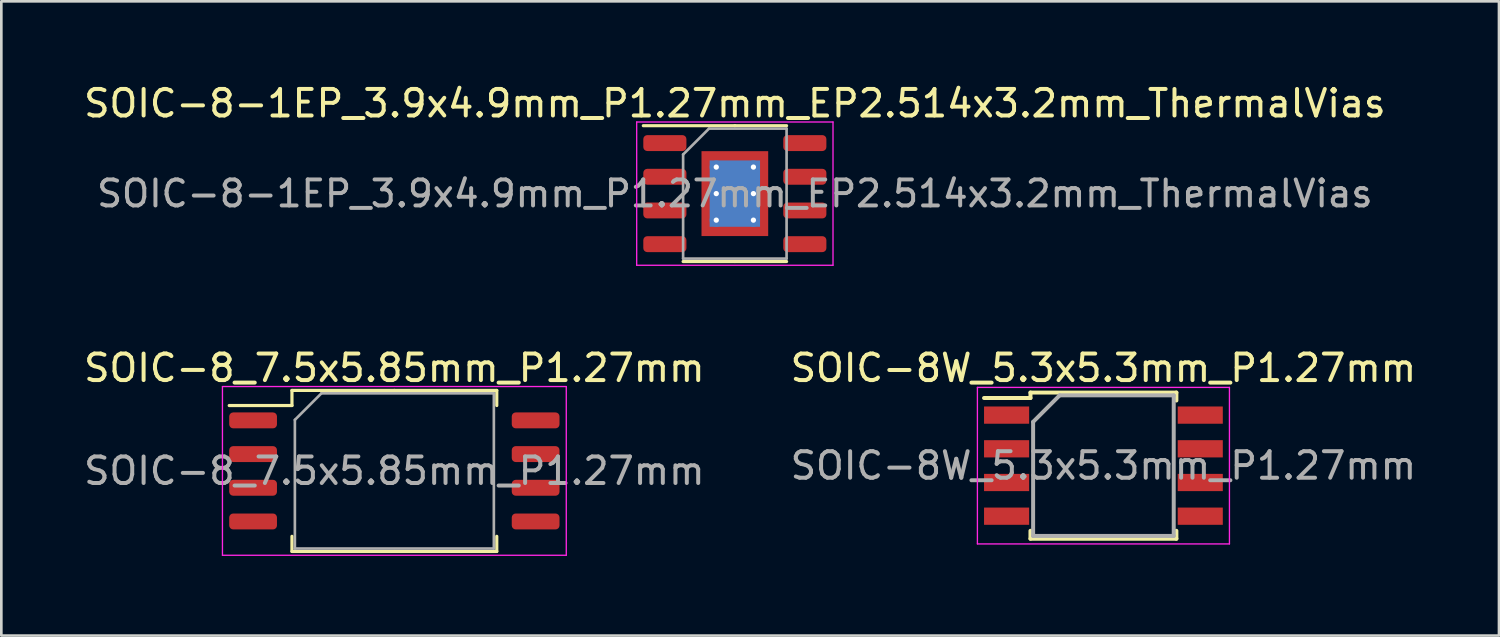
<source format=kicad_pcb>
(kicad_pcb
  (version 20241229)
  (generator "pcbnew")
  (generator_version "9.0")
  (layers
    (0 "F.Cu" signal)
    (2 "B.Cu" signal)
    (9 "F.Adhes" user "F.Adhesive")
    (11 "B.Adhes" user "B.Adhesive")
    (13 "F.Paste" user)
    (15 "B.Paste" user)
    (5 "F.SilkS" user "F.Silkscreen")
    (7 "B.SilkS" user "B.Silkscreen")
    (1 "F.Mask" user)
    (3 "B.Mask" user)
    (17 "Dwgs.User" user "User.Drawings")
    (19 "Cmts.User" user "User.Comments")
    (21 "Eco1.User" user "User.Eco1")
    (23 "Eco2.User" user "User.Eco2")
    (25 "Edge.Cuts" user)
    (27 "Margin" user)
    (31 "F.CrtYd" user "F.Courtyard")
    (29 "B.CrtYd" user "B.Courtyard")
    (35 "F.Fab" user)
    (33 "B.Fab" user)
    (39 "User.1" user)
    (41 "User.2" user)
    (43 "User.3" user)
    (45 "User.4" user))
  (footprint "SOIC-8_7.5x5.85mm_P1.27mm"
    (layer "F.Cu")
    (at 11.815 14.701)
    (property "Reference" "SOIC-8_7.5x5.85mm_P1.27mm" (at 0 -3.88 0) (layer "F.SilkS") (effects (font (size 1 1) (thickness 0.15))))
    (attr smd)
    (fp_line (start -3.86 -3.035) (end -3.86 -2.465) (stroke (width 0.12) (type solid)) (layer "F.SilkS"))
    (fp_line (start -3.86 -2.465) (end -6.225 -2.465) (stroke (width 0.12) (type solid)) (layer "F.SilkS"))
    (fp_line (start -3.86 3.035) (end -3.86 2.465) (stroke (width 0.12) (type solid)) (layer "F.SilkS"))
    (fp_line (start 0 -3.035) (end -3.86 -3.035) (stroke (width 0.12) (type solid)) (layer "F.SilkS"))
    (fp_line (start 0 -3.035) (end 3.86 -3.035) (stroke (width 0.12) (type solid)) (layer "F.SilkS"))
    (fp_line (start 0 3.035) (end -3.86 3.035) (stroke (width 0.12) (type solid)) (layer "F.SilkS"))
    (fp_line (start 0 3.035) (end 3.86 3.035) (stroke (width 0.12) (type solid)) (layer "F.SilkS"))
    (fp_line (start 3.86 -3.035) (end 3.86 -2.465) (stroke (width 0.12) (type solid)) (layer "F.SilkS"))
    (fp_line (start 3.86 3.035) (end 3.86 2.465) (stroke (width 0.12) (type solid)) (layer "F.SilkS"))
    (fp_line (start -6.48 -3.18) (end -6.48 3.18) (stroke (width 0.05) (type solid)) (layer "F.CrtYd"))
    (fp_line (start -6.48 3.18) (end 6.48 3.18) (stroke (width 0.05) (type solid)) (layer "F.CrtYd"))
    (fp_line (start 6.48 -3.18) (end -6.48 -3.18) (stroke (width 0.05) (type solid)) (layer "F.CrtYd"))
    (fp_line (start 6.48 3.18) (end 6.48 -3.18) (stroke (width 0.05) (type solid)) (layer "F.CrtYd"))
    (fp_line (start -3.75 -1.925) (end -2.75 -2.925) (stroke (width 0.1) (type solid)) (layer "F.Fab"))
    (fp_line (start -3.75 2.925) (end -3.75 -1.925) (stroke (width 0.1) (type solid)) (layer "F.Fab"))
    (fp_line (start -2.75 -2.925) (end 3.75 -2.925) (stroke (width 0.1) (type solid)) (layer "F.Fab"))
    (fp_line (start 3.75 -2.925) (end 3.75 2.925) (stroke (width 0.1) (type solid)) (layer "F.Fab"))
    (fp_line (start 3.75 2.925) (end -3.75 2.925) (stroke (width 0.1) (type solid)) (layer "F.Fab"))
    (fp_text user "${REFERENCE}" (at 0 0 0) (layer "F.Fab") (effects (font (size 1 1) (thickness 0.15))))
    (pad "1" smd roundrect (at -5.325 -1.905) (size 1.8 0.6) (layers "F.Cu" "F.Mask" "F.Paste") (roundrect_rratio 0.25))
    (pad "2" smd roundrect (at -5.325 -0.635) (size 1.8 0.6) (layers "F.Cu" "F.Mask" "F.Paste") (roundrect_rratio 0.25))
    (pad "3" smd roundrect (at -5.325 0.635) (size 1.8 0.6) (layers "F.Cu" "F.Mask" "F.Paste") (roundrect_rratio 0.25))
    (pad "4" smd roundrect (at -5.325 1.905) (size 1.8 0.6) (layers "F.Cu" "F.Mask" "F.Paste") (roundrect_rratio 0.25))
    (pad "5" smd roundrect (at 5.325 1.905) (size 1.8 0.6) (layers "F.Cu" "F.Mask" "F.Paste") (roundrect_rratio 0.25))
    (pad "6" smd roundrect (at 5.325 0.635) (size 1.8 0.6) (layers "F.Cu" "F.Mask" "F.Paste") (roundrect_rratio 0.25))
    (pad "7" smd roundrect (at 5.325 -0.635) (size 1.8 0.6) (layers "F.Cu" "F.Mask" "F.Paste") (roundrect_rratio 0.25))
    (pad "8" smd roundrect (at 5.325 -1.905) (size 1.8 0.6) (layers "F.Cu" "F.Mask" "F.Paste") (roundrect_rratio 0.25)))
  (footprint "SOIC-8-1EP_3.9x4.9mm_P1.27mm_EP2.514x3.2mm_ThermalVias"
    (layer "F.Cu")
    (at 24.649 4.248)
    (property "Reference" "SOIC-8-1EP_3.9x4.9mm_P1.27mm_EP2.514x3.2mm_ThermalVias" (at 0 -3.4 0) (layer "F.SilkS") (effects (font (size 1 1) (thickness 0.15))))
    (attr smd)
    (fp_line (start 0 -2.56) (end -3.45 -2.56) (stroke (width 0.12) (type solid)) (layer "F.SilkS"))
    (fp_line (start 0 -2.56) (end 1.95 -2.56) (stroke (width 0.12) (type solid)) (layer "F.SilkS"))
    (fp_line (start 0 2.56) (end -1.95 2.56) (stroke (width 0.12) (type solid)) (layer "F.SilkS"))
    (fp_line (start 0 2.56) (end 1.95 2.56) (stroke (width 0.12) (type solid)) (layer "F.SilkS"))
    (fp_line (start -3.7 -2.7) (end -3.7 2.7) (stroke (width 0.05) (type solid)) (layer "F.CrtYd"))
    (fp_line (start -3.7 2.7) (end 3.7 2.7) (stroke (width 0.05) (type solid)) (layer "F.CrtYd"))
    (fp_line (start 3.7 -2.7) (end -3.7 -2.7) (stroke (width 0.05) (type solid)) (layer "F.CrtYd"))
    (fp_line (start 3.7 2.7) (end 3.7 -2.7) (stroke (width 0.05) (type solid)) (layer "F.CrtYd"))
    (fp_line (start -1.95 -1.475) (end -0.975 -2.45) (stroke (width 0.1) (type solid)) (layer "F.Fab"))
    (fp_line (start -1.95 2.45) (end -1.95 -1.475) (stroke (width 0.1) (type solid)) (layer "F.Fab"))
    (fp_line (start -0.975 -2.45) (end 1.95 -2.45) (stroke (width 0.1) (type solid)) (layer "F.Fab"))
    (fp_line (start 1.95 -2.45) (end 1.95 2.45) (stroke (width 0.1) (type solid)) (layer "F.Fab"))
    (fp_line (start 1.95 2.45) (end -1.95 2.45) (stroke (width 0.1) (type solid)) (layer "F.Fab"))
    (fp_text user "${REFERENCE}" (at 0 0 0) (layer "F.Fab") (effects (font (size 0.98 0.98) (thickness 0.15))))
    (pad "" smd roundrect (at -0.63 -0.8) (size 1.05 1.34) (layers "F.Paste") (roundrect_rratio 0.238))
    (pad "" smd roundrect (at -0.63 0.8) (size 1.05 1.34) (layers "F.Paste") (roundrect_rratio 0.238))
    (pad "" smd roundrect (at 0.63 -0.8) (size 1.05 1.34) (layers "F.Paste") (roundrect_rratio 0.238))
    (pad "" smd roundrect (at 0.63 0.8) (size 1.05 1.34) (layers "F.Paste") (roundrect_rratio 0.238))
    (pad "1" smd roundrect (at -2.638 -1.905) (size 1.625 0.6) (layers "F.Cu" "F.Mask" "F.Paste") (roundrect_rratio 0.25))
    (pad "2" smd roundrect (at -2.638 -0.635) (size 1.625 0.6) (layers "F.Cu" "F.Mask" "F.Paste") (roundrect_rratio 0.25))
    (pad "3" smd roundrect (at -2.638 0.635) (size 1.625 0.6) (layers "F.Cu" "F.Mask" "F.Paste") (roundrect_rratio 0.25))
    (pad "4" smd roundrect (at -2.638 1.905) (size 1.625 0.6) (layers "F.Cu" "F.Mask" "F.Paste") (roundrect_rratio 0.25))
    (pad "5" smd roundrect (at 2.638 1.905) (size 1.625 0.6) (layers "F.Cu" "F.Mask" "F.Paste") (roundrect_rratio 0.25))
    (pad "6" smd roundrect (at 2.638 0.635) (size 1.625 0.6) (layers "F.Cu" "F.Mask" "F.Paste") (roundrect_rratio 0.25))
    (pad "7" smd roundrect (at 2.638 -0.635) (size 1.625 0.6) (layers "F.Cu" "F.Mask" "F.Paste") (roundrect_rratio 0.25))
    (pad "8" smd roundrect (at 2.638 -1.905) (size 1.625 0.6) (layers "F.Cu" "F.Mask" "F.Paste") (roundrect_rratio 0.25))
    (pad "9" thru_hole circle (at -0.7 -1) (size 0.5 0.5) (drill 0.2) (layers "*.Cu"))
    (pad "9" thru_hole circle (at -0.7 0) (size 0.5 0.5) (drill 0.2) (layers "*.Cu"))
    (pad "9" thru_hole circle (at -0.7 1) (size 0.5 0.5) (drill 0.2) (layers "*.Cu"))
    (pad "9" smd rect (at 0 0) (size 1.9 2.5) (layers "B.Cu"))
    (pad "9" smd rect (at 0 0) (size 2.514 3.2) (layers "F.Cu" "F.Mask"))
    (pad "9" thru_hole circle (at 0.7 -1) (size 0.5 0.5) (drill 0.2) (layers "*.Cu"))
    (pad "9" thru_hole circle (at 0.7 0) (size 0.5 0.5) (drill 0.2) (layers "*.Cu"))
    (pad "9" thru_hole circle (at 0.7 1) (size 0.5 0.5) (drill 0.2) (layers "*.Cu")))
  (footprint "SOIC-8W_5.3x5.3mm_P1.27mm"
    (layer "F.Cu")
    (at 38.542 14.502)
    (property "Reference" "SOIC-8W_5.3x5.3mm_P1.27mm" (at 0 -3.68 0) (layer "F.SilkS") (effects (font (size 1 1) (thickness 0.15))))
    (attr smd)
    (fp_line (start -2.75 -2.755) (end -2.75 -2.55) (stroke (width 0.15) (type solid)) (layer "F.SilkS"))
    (fp_line (start -2.75 -2.755) (end 2.75 -2.755) (stroke (width 0.15) (type solid)) (layer "F.SilkS"))
    (fp_line (start -2.75 -2.55) (end -4.5 -2.55) (stroke (width 0.15) (type solid)) (layer "F.SilkS"))
    (fp_line (start -2.75 2.755) (end -2.75 2.455) (stroke (width 0.15) (type solid)) (layer "F.SilkS"))
    (fp_line (start -2.75 2.755) (end 2.75 2.755) (stroke (width 0.15) (type solid)) (layer "F.SilkS"))
    (fp_line (start 2.75 -2.755) (end 2.75 -2.455) (stroke (width 0.15) (type solid)) (layer "F.SilkS"))
    (fp_line (start 2.75 2.755) (end 2.75 2.455) (stroke (width 0.15) (type solid)) (layer "F.SilkS"))
    (fp_line (start -4.75 -2.95) (end -4.75 2.95) (stroke (width 0.05) (type solid)) (layer "F.CrtYd"))
    (fp_line (start -4.75 -2.95) (end 4.75 -2.95) (stroke (width 0.05) (type solid)) (layer "F.CrtYd"))
    (fp_line (start -4.75 2.95) (end 4.75 2.95) (stroke (width 0.05) (type solid)) (layer "F.CrtYd"))
    (fp_line (start 4.75 -2.95) (end 4.75 2.95) (stroke (width 0.05) (type solid)) (layer "F.CrtYd"))
    (fp_line (start -2.65 -1.65) (end -1.65 -2.65) (stroke (width 0.15) (type solid)) (layer "F.Fab"))
    (fp_line (start -2.65 2.65) (end -2.65 -1.65) (stroke (width 0.15) (type solid)) (layer "F.Fab"))
    (fp_line (start -1.65 -2.65) (end 2.65 -2.65) (stroke (width 0.15) (type solid)) (layer "F.Fab"))
    (fp_line (start 2.65 -2.65) (end 2.65 2.65) (stroke (width 0.15) (type solid)) (layer "F.Fab"))
    (fp_line (start 2.65 2.65) (end -2.65 2.65) (stroke (width 0.15) (type solid)) (layer "F.Fab"))
    (fp_text user "${REFERENCE}" (at 0 0 0) (layer "F.Fab") (effects (font (size 1 1) (thickness 0.15))))
    (pad "1" smd rect (at -3.65 -1.905) (size 1.7 0.65) (layers "F.Cu" "F.Mask" "F.Paste"))
    (pad "2" smd rect (at -3.65 -0.635) (size 1.7 0.65) (layers "F.Cu" "F.Mask" "F.Paste"))
    (pad "3" smd rect (at -3.65 0.635) (size 1.7 0.65) (layers "F.Cu" "F.Mask" "F.Paste"))
    (pad "4" smd rect (at -3.65 1.905) (size 1.7 0.65) (layers "F.Cu" "F.Mask" "F.Paste"))
    (pad "5" smd rect (at 3.65 1.905) (size 1.7 0.65) (layers "F.Cu" "F.Mask" "F.Paste"))
    (pad "6" smd rect (at 3.65 0.635) (size 1.7 0.65) (layers "F.Cu" "F.Mask" "F.Paste"))
    (pad "7" smd rect (at 3.65 -0.635) (size 1.7 0.65) (layers "F.Cu" "F.Mask" "F.Paste"))
    (pad "8" smd rect (at 3.65 -1.905) (size 1.7 0.65) (layers "F.Cu" "F.Mask" "F.Paste")))
  (gr_rect
    (start -3 -3)
    (end 53.452 20.907)
    (stroke (width 0.1) (type default))
    (fill no)
    (layer "Edge.Cuts")))
</source>
